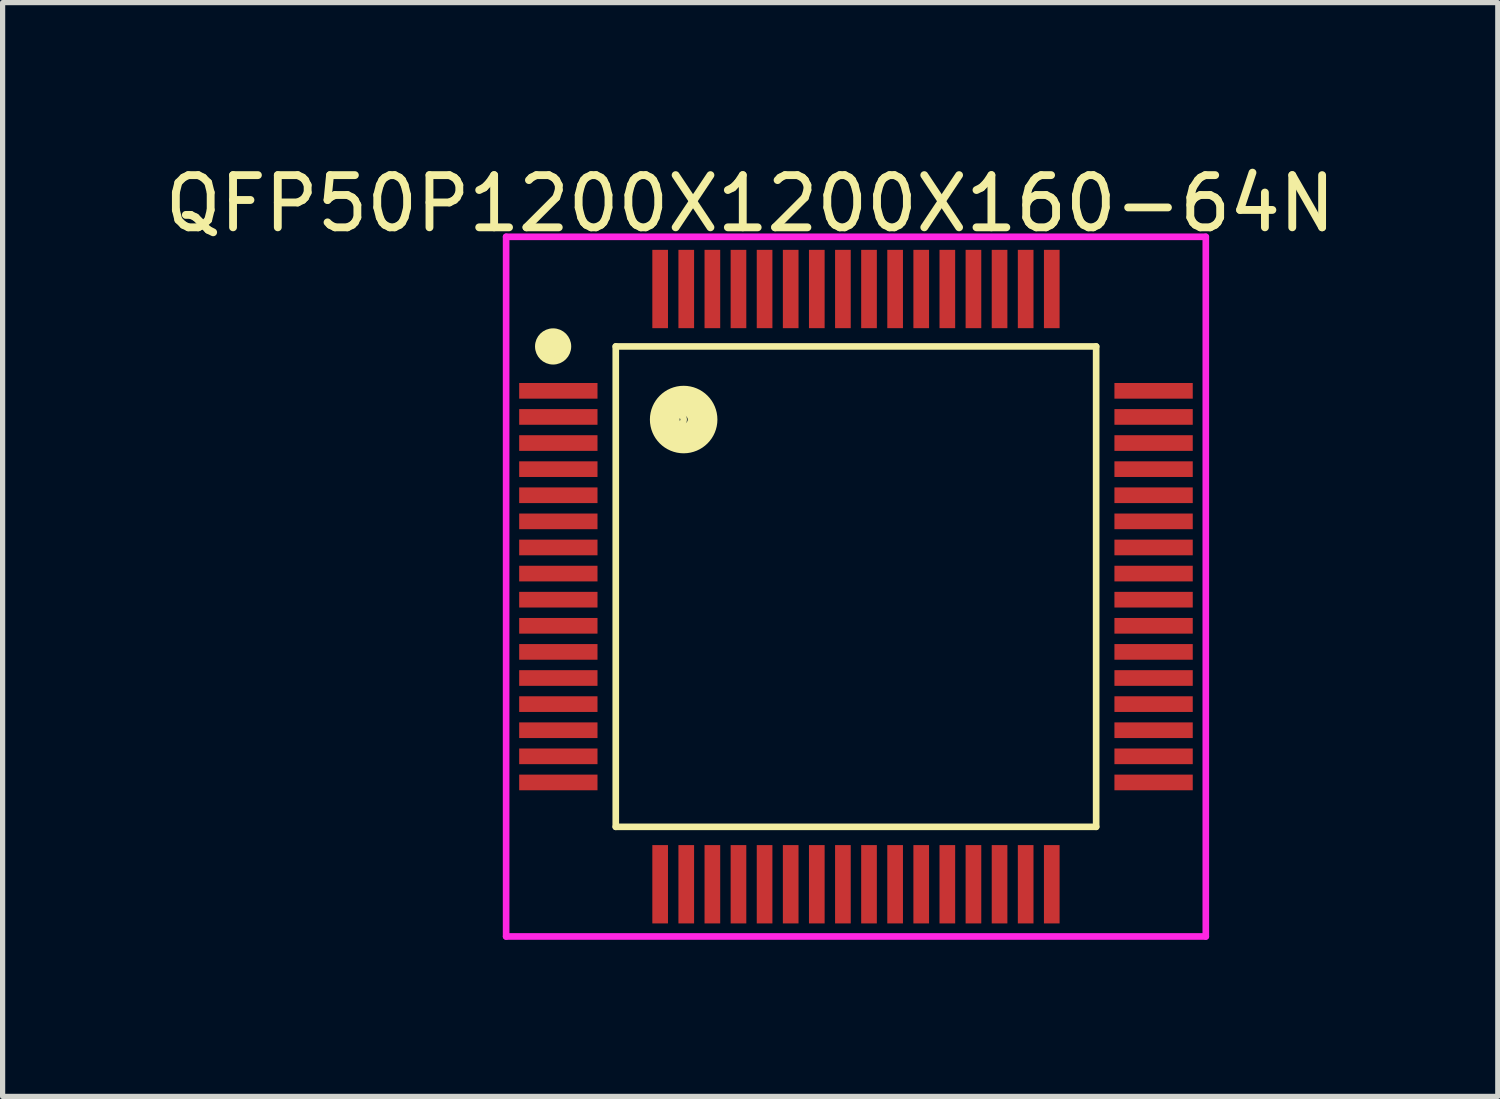
<source format=kicad_pcb>
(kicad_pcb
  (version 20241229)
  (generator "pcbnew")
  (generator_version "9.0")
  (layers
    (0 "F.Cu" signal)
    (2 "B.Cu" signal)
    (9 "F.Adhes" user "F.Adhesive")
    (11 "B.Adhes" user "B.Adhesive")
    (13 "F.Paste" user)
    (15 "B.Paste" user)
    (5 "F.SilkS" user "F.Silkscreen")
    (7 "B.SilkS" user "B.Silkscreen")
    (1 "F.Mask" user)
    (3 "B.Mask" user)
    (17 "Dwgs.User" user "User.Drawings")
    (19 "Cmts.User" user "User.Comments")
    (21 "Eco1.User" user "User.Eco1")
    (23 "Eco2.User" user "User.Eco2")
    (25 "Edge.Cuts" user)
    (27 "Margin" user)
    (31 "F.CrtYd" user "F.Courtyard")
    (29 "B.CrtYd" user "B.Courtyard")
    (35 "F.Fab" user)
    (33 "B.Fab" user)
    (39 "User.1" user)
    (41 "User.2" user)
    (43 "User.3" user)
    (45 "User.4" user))
  (footprint "QFP50P1200X1200X160-64N"
    (layer "F.Cu")
    (at 13.343 8.185)
    (property "Reference" "QFP50P1200X1200X160-64N" (at -2.025 -7.336 0) (layer "F.SilkS") (effects (font (size 1 1) (thickness 0.15))))
    (attr smd)
    (fp_line (start -4.6 -4.6) (end 4.6 -4.6) (stroke (width 0.127) (type solid)) (layer "F.SilkS"))
    (fp_line (start -4.6 4.6) (end -4.6 -4.6) (stroke (width 0.127) (type solid)) (layer "F.SilkS"))
    (fp_line (start 4.6 -4.6) (end 4.6 4.6) (stroke (width 0.127) (type solid)) (layer "F.SilkS"))
    (fp_line (start 4.6 4.6) (end -4.6 4.6) (stroke (width 0.127) (type solid)) (layer "F.SilkS"))
    (fp_circle (center -5.9 -4.6) (end -5.8 -4.6) (stroke (width 0.127) (type solid)) (fill no) (layer "F.SilkS"))
    (fp_circle (center -5.8 -4.6) (end -5.7 -4.6) (stroke (width 0.127) (type solid)) (fill no) (layer "F.SilkS"))
    (fp_circle (center -5.8 -4.6) (end -5.659 -4.6) (stroke (width 0.127) (type solid)) (fill no) (layer "F.SilkS"))
    (fp_circle (center -5.8 -4.6) (end -5.659 -4.6) (stroke (width 0.127) (type solid)) (fill no) (layer "F.SilkS"))
    (fp_circle (center -5.8 -4.6) (end -5.576 -4.6) (stroke (width 0.127) (type solid)) (fill no) (layer "F.SilkS"))
    (fp_circle (center -5.8 -4.6) (end -5.517 -4.6) (stroke (width 0.127) (type solid)) (fill no) (layer "F.SilkS"))
    (fp_circle (center -3.4 -3.2) (end -3.3 -3.2) (stroke (width 0.127) (type solid)) (fill no) (layer "F.SilkS"))
    (fp_circle (center -3.3 -3.2) (end -3.159 -3.2) (stroke (width 0.127) (type solid)) (fill no) (layer "F.SilkS"))
    (fp_circle (center -3.3 -3.2) (end -3.076 -3.2) (stroke (width 0.127) (type solid)) (fill no) (layer "F.SilkS"))
    (fp_circle (center -3.3 -3.2) (end -3.017 -3.2) (stroke (width 0.127) (type solid)) (fill no) (layer "F.SilkS"))
    (fp_circle (center -3.3 -3.2) (end -2.939 -3.2) (stroke (width 0.127) (type solid)) (fill no) (layer "F.SilkS"))
    (fp_circle (center -3.3 -3.2) (end -2.876 -3.2) (stroke (width 0.127) (type solid)) (fill no) (layer "F.SilkS"))
    (fp_circle (center -3.3 -3.2) (end -2.8 -3.2) (stroke (width 0.127) (type solid)) (fill no) (layer "F.SilkS"))
    (fp_circle (center -3.3 -3.2) (end -2.734 -3.2) (stroke (width 0.127) (type solid)) (fill no) (layer "F.SilkS"))
    (fp_circle (center -3.3 -3.2) (end -2.717 -3.2) (stroke (width 0.127) (type solid)) (fill no) (layer "F.SilkS"))
    (fp_line (start -6.7 -6.7) (end 6.7 -6.7) (stroke (width 0.127) (type solid)) (layer "F.CrtYd"))
    (fp_line (start -6.7 6.7) (end -6.7 -6.7) (stroke (width 0.127) (type solid)) (layer "F.CrtYd"))
    (fp_line (start 6.7 -6.7) (end 6.7 6.7) (stroke (width 0.127) (type solid)) (layer "F.CrtYd"))
    (fp_line (start 6.7 6.7) (end -6.7 6.7) (stroke (width 0.127) (type solid)) (layer "F.CrtYd"))
    (pad "1" smd rect (at -5.7 -3.75) (size 1.5 0.3) (layers "F.Cu" "F.Mask" "F.Paste"))
    (pad "2" smd rect (at -5.7 -3.25) (size 1.5 0.3) (layers "F.Cu" "F.Mask" "F.Paste"))
    (pad "3" smd rect (at -5.7 -2.75) (size 1.5 0.3) (layers "F.Cu" "F.Mask" "F.Paste"))
    (pad "4" smd rect (at -5.7 -2.25) (size 1.5 0.3) (layers "F.Cu" "F.Mask" "F.Paste"))
    (pad "5" smd rect (at -5.7 -1.75) (size 1.5 0.3) (layers "F.Cu" "F.Mask" "F.Paste"))
    (pad "6" smd rect (at -5.7 -1.25) (size 1.5 0.3) (layers "F.Cu" "F.Mask" "F.Paste"))
    (pad "7" smd rect (at -5.7 -0.75) (size 1.5 0.3) (layers "F.Cu" "F.Mask" "F.Paste"))
    (pad "8" smd rect (at -5.7 -0.25) (size 1.5 0.3) (layers "F.Cu" "F.Mask" "F.Paste"))
    (pad "9" smd rect (at -5.7 0.25) (size 1.5 0.3) (layers "F.Cu" "F.Mask" "F.Paste"))
    (pad "10" smd rect (at -5.7 0.75) (size 1.5 0.3) (layers "F.Cu" "F.Mask" "F.Paste"))
    (pad "11" smd rect (at -5.7 1.25) (size 1.5 0.3) (layers "F.Cu" "F.Mask" "F.Paste"))
    (pad "12" smd rect (at -5.7 1.75) (size 1.5 0.3) (layers "F.Cu" "F.Mask" "F.Paste"))
    (pad "13" smd rect (at -5.7 2.25) (size 1.5 0.3) (layers "F.Cu" "F.Mask" "F.Paste"))
    (pad "14" smd rect (at -5.7 2.75) (size 1.5 0.3) (layers "F.Cu" "F.Mask" "F.Paste"))
    (pad "15" smd rect (at -5.7 3.25) (size 1.5 0.3) (layers "F.Cu" "F.Mask" "F.Paste"))
    (pad "16" smd rect (at -5.7 3.75) (size 1.5 0.3) (layers "F.Cu" "F.Mask" "F.Paste"))
    (pad "17" smd rect (at -3.75 5.7) (size 0.3 1.5) (layers "F.Cu" "F.Mask" "F.Paste"))
    (pad "18" smd rect (at -3.25 5.7) (size 0.3 1.5) (layers "F.Cu" "F.Mask" "F.Paste"))
    (pad "19" smd rect (at -2.75 5.7) (size 0.3 1.5) (layers "F.Cu" "F.Mask" "F.Paste"))
    (pad "20" smd rect (at -2.25 5.7) (size 0.3 1.5) (layers "F.Cu" "F.Mask" "F.Paste"))
    (pad "21" smd rect (at -1.75 5.7) (size 0.3 1.5) (layers "F.Cu" "F.Mask" "F.Paste"))
    (pad "22" smd rect (at -1.25 5.7) (size 0.3 1.5) (layers "F.Cu" "F.Mask" "F.Paste"))
    (pad "23" smd rect (at -0.75 5.7) (size 0.3 1.5) (layers "F.Cu" "F.Mask" "F.Paste"))
    (pad "24" smd rect (at -0.25 5.7) (size 0.3 1.5) (layers "F.Cu" "F.Mask" "F.Paste"))
    (pad "25" smd rect (at 0.25 5.7) (size 0.3 1.5) (layers "F.Cu" "F.Mask" "F.Paste"))
    (pad "26" smd rect (at 0.75 5.7) (size 0.3 1.5) (layers "F.Cu" "F.Mask" "F.Paste"))
    (pad "27" smd rect (at 1.25 5.7) (size 0.3 1.5) (layers "F.Cu" "F.Mask" "F.Paste"))
    (pad "28" smd rect (at 1.75 5.7) (size 0.3 1.5) (layers "F.Cu" "F.Mask" "F.Paste"))
    (pad "29" smd rect (at 2.25 5.7) (size 0.3 1.5) (layers "F.Cu" "F.Mask" "F.Paste"))
    (pad "30" smd rect (at 2.75 5.7) (size 0.3 1.5) (layers "F.Cu" "F.Mask" "F.Paste"))
    (pad "31" smd rect (at 3.25 5.7) (size 0.3 1.5) (layers "F.Cu" "F.Mask" "F.Paste"))
    (pad "32" smd rect (at 3.75 5.7) (size 0.3 1.5) (layers "F.Cu" "F.Mask" "F.Paste"))
    (pad "33" smd rect (at 5.7 3.75) (size 1.5 0.3) (layers "F.Cu" "F.Mask" "F.Paste"))
    (pad "34" smd rect (at 5.7 3.25) (size 1.5 0.3) (layers "F.Cu" "F.Mask" "F.Paste"))
    (pad "35" smd rect (at 5.7 2.75) (size 1.5 0.3) (layers "F.Cu" "F.Mask" "F.Paste"))
    (pad "36" smd rect (at 5.7 2.25) (size 1.5 0.3) (layers "F.Cu" "F.Mask" "F.Paste"))
    (pad "37" smd rect (at 5.7 1.75) (size 1.5 0.3) (layers "F.Cu" "F.Mask" "F.Paste"))
    (pad "38" smd rect (at 5.7 1.25) (size 1.5 0.3) (layers "F.Cu" "F.Mask" "F.Paste"))
    (pad "39" smd rect (at 5.7 0.75) (size 1.5 0.3) (layers "F.Cu" "F.Mask" "F.Paste"))
    (pad "40" smd rect (at 5.7 0.25) (size 1.5 0.3) (layers "F.Cu" "F.Mask" "F.Paste"))
    (pad "41" smd rect (at 5.7 -0.25) (size 1.5 0.3) (layers "F.Cu" "F.Mask" "F.Paste"))
    (pad "42" smd rect (at 5.7 -0.75) (size 1.5 0.3) (layers "F.Cu" "F.Mask" "F.Paste"))
    (pad "43" smd rect (at 5.7 -1.25) (size 1.5 0.3) (layers "F.Cu" "F.Mask" "F.Paste"))
    (pad "44" smd rect (at 5.7 -1.75) (size 1.5 0.3) (layers "F.Cu" "F.Mask" "F.Paste"))
    (pad "45" smd rect (at 5.7 -2.25) (size 1.5 0.3) (layers "F.Cu" "F.Mask" "F.Paste"))
    (pad "46" smd rect (at 5.7 -2.75) (size 1.5 0.3) (layers "F.Cu" "F.Mask" "F.Paste"))
    (pad "47" smd rect (at 5.7 -3.25) (size 1.5 0.3) (layers "F.Cu" "F.Mask" "F.Paste"))
    (pad "48" smd rect (at 5.7 -3.75) (size 1.5 0.3) (layers "F.Cu" "F.Mask" "F.Paste"))
    (pad "49" smd rect (at 3.75 -5.7) (size 0.3 1.5) (layers "F.Cu" "F.Mask" "F.Paste"))
    (pad "50" smd rect (at 3.25 -5.7) (size 0.3 1.5) (layers "F.Cu" "F.Mask" "F.Paste"))
    (pad "51" smd rect (at 2.75 -5.7) (size 0.3 1.5) (layers "F.Cu" "F.Mask" "F.Paste"))
    (pad "52" smd rect (at 2.25 -5.7) (size 0.3 1.5) (layers "F.Cu" "F.Mask" "F.Paste"))
    (pad "53" smd rect (at 1.75 -5.7) (size 0.3 1.5) (layers "F.Cu" "F.Mask" "F.Paste"))
    (pad "54" smd rect (at 1.25 -5.7) (size 0.3 1.5) (layers "F.Cu" "F.Mask" "F.Paste"))
    (pad "55" smd rect (at 0.75 -5.7) (size 0.3 1.5) (layers "F.Cu" "F.Mask" "F.Paste"))
    (pad "56" smd rect (at 0.25 -5.7) (size 0.3 1.5) (layers "F.Cu" "F.Mask" "F.Paste"))
    (pad "57" smd rect (at -0.25 -5.7) (size 0.3 1.5) (layers "F.Cu" "F.Mask" "F.Paste"))
    (pad "58" smd rect (at -0.75 -5.7) (size 0.3 1.5) (layers "F.Cu" "F.Mask" "F.Paste"))
    (pad "59" smd rect (at -1.25 -5.7) (size 0.3 1.5) (layers "F.Cu" "F.Mask" "F.Paste"))
    (pad "60" smd rect (at -1.75 -5.7) (size 0.3 1.5) (layers "F.Cu" "F.Mask" "F.Paste"))
    (pad "61" smd rect (at -2.25 -5.7) (size 0.3 1.5) (layers "F.Cu" "F.Mask" "F.Paste"))
    (pad "62" smd rect (at -2.75 -5.7) (size 0.3 1.5) (layers "F.Cu" "F.Mask" "F.Paste"))
    (pad "63" smd rect (at -3.25 -5.7) (size 0.3 1.5) (layers "F.Cu" "F.Mask" "F.Paste"))
    (pad "64" smd rect (at -3.75 -5.7) (size 0.3 1.5) (layers "F.Cu" "F.Mask" "F.Paste")))
  (gr_rect
    (start -3 -3)
    (end 25.635 17.948)
    (stroke (width 0.1) (type default))
    (fill no)
    (layer "Edge.Cuts")))
</source>
